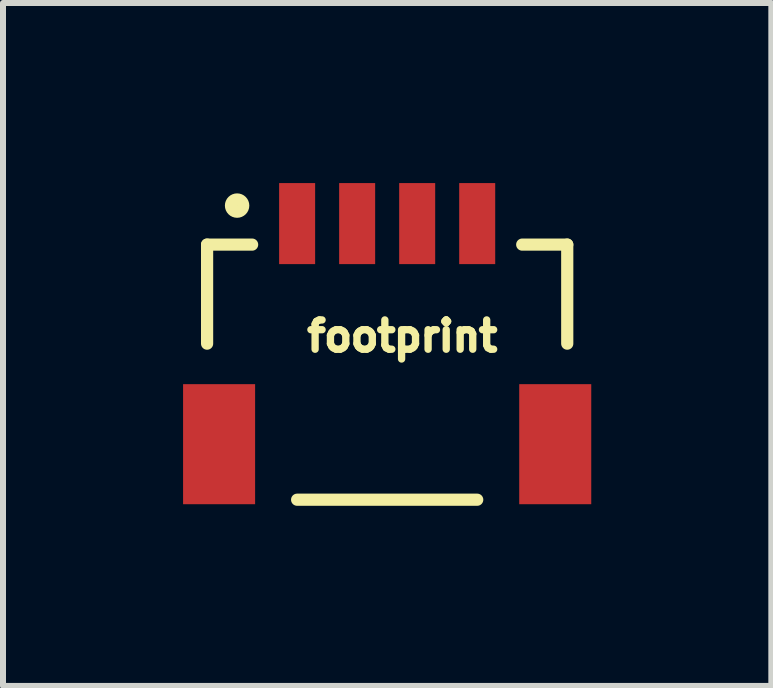
<source format=kicad_pcb>
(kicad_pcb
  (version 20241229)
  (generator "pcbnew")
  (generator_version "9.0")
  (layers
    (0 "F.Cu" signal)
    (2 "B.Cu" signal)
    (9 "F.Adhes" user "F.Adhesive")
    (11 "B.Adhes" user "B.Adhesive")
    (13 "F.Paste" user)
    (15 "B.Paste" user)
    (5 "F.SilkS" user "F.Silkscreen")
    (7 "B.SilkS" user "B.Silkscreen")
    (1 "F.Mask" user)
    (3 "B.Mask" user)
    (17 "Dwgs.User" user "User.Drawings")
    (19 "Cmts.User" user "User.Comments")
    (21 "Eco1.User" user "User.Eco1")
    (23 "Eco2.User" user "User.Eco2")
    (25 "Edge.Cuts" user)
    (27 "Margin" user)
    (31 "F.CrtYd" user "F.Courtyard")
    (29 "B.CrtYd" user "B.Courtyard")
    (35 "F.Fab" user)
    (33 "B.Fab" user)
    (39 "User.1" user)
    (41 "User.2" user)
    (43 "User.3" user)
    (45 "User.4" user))
  (footprint "footprint"
    (layer "F.Cu")
    (at 3.4 0.675)
    (property "Reference" "footprint" (at -1.397 2.159 0) (layer "F.SilkS") (effects (font (size 0.488 0.488) (thickness 0.122)) (justify left bottom)))
    (fp_line (start -3 0.35) (end -2.25 0.35) (stroke (width 0.203) (type solid)) (layer "F.SilkS"))
    (fp_line (start -3 2) (end -3 0.35) (stroke (width 0.203) (type solid)) (layer "F.SilkS"))
    (fp_line (start -1.5 4.6) (end 1.5 4.6) (stroke (width 0.203) (type solid)) (layer "F.SilkS"))
    (fp_line (start 2.25 0.35) (end 3 0.35) (stroke (width 0.203) (type solid)) (layer "F.SilkS"))
    (fp_line (start 3 0.35) (end 3 2) (stroke (width 0.203) (type solid)) (layer "F.SilkS"))
    (fp_circle (center -2.5 -0.3) (end -2.398 -0.3) (stroke (width 0.203) (type solid)) (fill no) (layer "F.SilkS"))
    (pad "1" smd rect (at -1.5 0) (size 0.6 1.35) (layers "F.Cu" "F.Mask" "F.Paste"))
    (pad "2" smd rect (at -0.5 0) (size 0.6 1.35) (layers "F.Cu" "F.Mask" "F.Paste"))
    (pad "3" smd rect (at 0.5 0) (size 0.6 1.35) (layers "F.Cu" "F.Mask" "F.Paste"))
    (pad "4" smd rect (at 1.5 0) (size 0.6 1.35) (layers "F.Cu" "F.Mask" "F.Paste"))
    (pad "NC1" smd rect (at 2.8 3.675) (size 1.2 2) (layers "F.Cu" "F.Mask" "F.Paste"))
    (pad "NC2" smd rect (at -2.8 3.675) (size 1.2 2) (layers "F.Cu" "F.Mask" "F.Paste")))
  (gr_rect
    (start -3 -3)
    (end 9.8 8.377)
    (stroke (width 0.1) (type default))
    (fill no)
    (layer "Edge.Cuts")))
</source>
